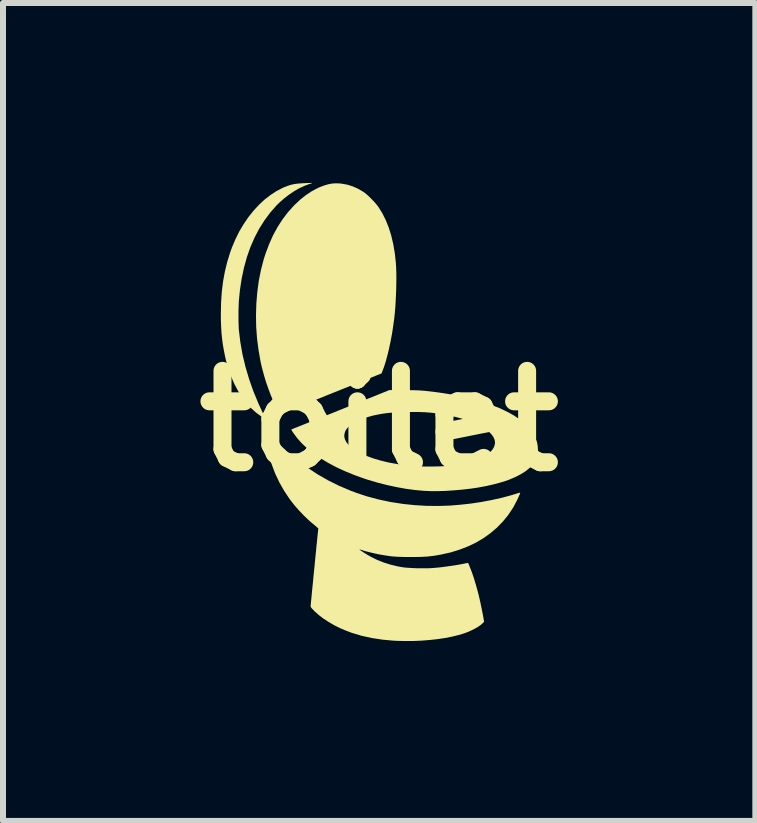
<source format=kicad_pcb>
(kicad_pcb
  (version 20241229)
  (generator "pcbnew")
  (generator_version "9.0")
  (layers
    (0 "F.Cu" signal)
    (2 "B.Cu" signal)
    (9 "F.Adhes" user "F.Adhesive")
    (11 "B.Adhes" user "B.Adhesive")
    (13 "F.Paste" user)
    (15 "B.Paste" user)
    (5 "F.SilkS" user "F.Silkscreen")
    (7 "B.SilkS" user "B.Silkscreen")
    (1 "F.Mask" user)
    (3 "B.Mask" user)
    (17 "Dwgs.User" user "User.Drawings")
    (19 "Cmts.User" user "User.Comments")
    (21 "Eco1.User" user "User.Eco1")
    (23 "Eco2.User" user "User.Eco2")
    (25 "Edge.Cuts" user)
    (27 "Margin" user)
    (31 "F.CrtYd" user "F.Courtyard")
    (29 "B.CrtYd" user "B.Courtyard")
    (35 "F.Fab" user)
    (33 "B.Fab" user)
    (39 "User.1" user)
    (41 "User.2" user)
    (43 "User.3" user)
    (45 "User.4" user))
  (footprint "toilet"
    (layer "F.Cu")
    (at 3.273 3.969)
    (property "Reference" "toilet" (at 0 0 0) (layer "F.SilkS") (effects (font (size 1.524 1.524) (thickness 0.3))))
    (attr board_only exclude_from_pos_files exclude_from_bom)
    (fp_poly (pts (xy -0.648 -3.959) (xy -0.624 -3.956) (xy -0.53 -3.939) (xy -0.441 -3.911) (xy -0.355 -3.873) (xy -0.269 -3.823) (xy -0.26 -3.817) (xy -0.227 -3.793) (xy -0.189 -3.76) (xy -0.148 -3.721) (xy -0.107 -3.679) (xy -0.068 -3.637) (xy -0.034 -3.596) (xy -0.013 -3.568) (xy 0.053 -3.463) (xy 0.11 -3.348) (xy 0.16 -3.223) (xy 0.202 -3.088) (xy 0.236 -2.943) (xy 0.262 -2.787) (xy 0.279 -2.628) (xy 0.283 -2.559) (xy 0.286 -2.478) (xy 0.287 -2.389) (xy 0.286 -2.294) (xy 0.284 -2.194) (xy 0.28 -2.093) (xy 0.275 -1.992) (xy 0.269 -1.893) (xy 0.261 -1.8) (xy 0.252 -1.715) (xy 0.234 -1.582) (xy 0.214 -1.451) (xy 0.19 -1.324) (xy 0.164 -1.202) (xy 0.136 -1.088) (xy 0.107 -0.982) (xy 0.076 -0.886) (xy 0.059 -0.842) (xy 0.04 -0.792) (xy -0.32 -0.648) (xy -0.389 -0.621) (xy -0.467 -0.589) (xy -0.554 -0.554) (xy -0.647 -0.517) (xy -0.744 -0.478) (xy -0.842 -0.439) (xy -0.941 -0.399) (xy -1.036 -0.361) (xy -1.127 -0.324) (xy -1.165 -0.309) (xy -1.65 -0.114) (xy -1.673 -0.151) (xy -1.717 -0.232) (xy -1.762 -0.323) (xy -1.805 -0.423) (xy -1.846 -0.531) (xy -1.885 -0.643) (xy -1.92 -0.758) (xy -1.951 -0.874) (xy -1.978 -0.988) (xy -1.978 -0.991) (xy -2.012 -1.183) (xy -2.037 -1.377) (xy -2.051 -1.573) (xy -2.054 -1.768) (xy -2.048 -1.961) (xy -2.032 -2.152) (xy -2.007 -2.338) (xy -1.971 -2.518) (xy -1.926 -2.692) (xy -1.894 -2.791) (xy -1.835 -2.948) (xy -1.769 -3.096) (xy -1.694 -3.233) (xy -1.612 -3.361) (xy -1.521 -3.48) (xy -1.421 -3.591) (xy -1.409 -3.603) (xy -1.313 -3.693) (xy -1.216 -3.769) (xy -1.119 -3.833) (xy -1.021 -3.885) (xy -0.981 -3.902) (xy -0.908 -3.929) (xy -0.841 -3.948) (xy -0.777 -3.959) (xy -0.714 -3.962)) (stroke (width 0) (type solid)) (fill yes) (layer "F.SilkS"))
    (fp_poly (pts (xy -1.116 -3.968) (xy -1.116 -3.968) (xy -1.12 -3.965) (xy -1.135 -3.959) (xy -1.157 -3.952) (xy -1.171 -3.948) (xy -1.251 -3.918) (xy -1.334 -3.879) (xy -1.419 -3.83) (xy -1.503 -3.773) (xy -1.585 -3.71) (xy -1.662 -3.642) (xy -1.714 -3.591) (xy -1.819 -3.471) (xy -1.915 -3.341) (xy -2.002 -3.203) (xy -2.079 -3.055) (xy -2.147 -2.899) (xy -2.205 -2.734) (xy -2.253 -2.561) (xy -2.292 -2.379) (xy -2.321 -2.19) (xy -2.34 -1.998) (xy -2.342 -1.95) (xy -2.344 -1.893) (xy -2.346 -1.83) (xy -2.346 -1.765) (xy -2.346 -1.699) (xy -2.345 -1.637) (xy -2.343 -1.581) (xy -2.341 -1.535) (xy -2.34 -1.521) (xy -2.316 -1.318) (xy -2.28 -1.113) (xy -2.231 -0.907) (xy -2.17 -0.7) (xy -2.097 -0.493) (xy -2.012 -0.287) (xy -1.942 -0.136) (xy -1.926 -0.103) (xy -1.913 -0.075) (xy -1.903 -0.053) (xy -1.898 -0.039) (xy -1.897 -0.036) (xy -1.904 -0.038) (xy -1.919 -0.046) (xy -1.94 -0.059) (xy -1.961 -0.071) (xy -2.049 -0.135) (xy -2.133 -0.21) (xy -2.212 -0.296) (xy -2.285 -0.393) (xy -2.353 -0.5) (xy -2.414 -0.615) (xy -2.468 -0.739) (xy -2.515 -0.87) (xy -2.554 -1.007) (xy -2.568 -1.067) (xy -2.589 -1.172) (xy -2.607 -1.274) (xy -2.62 -1.374) (xy -2.63 -1.477) (xy -2.636 -1.584) (xy -2.64 -1.699) (xy -2.64 -1.793) (xy -2.636 -1.979) (xy -2.624 -2.156) (xy -2.603 -2.326) (xy -2.573 -2.489) (xy -2.535 -2.647) (xy -2.487 -2.803) (xy -2.455 -2.892) (xy -2.398 -3.027) (xy -2.334 -3.157) (xy -2.261 -3.28) (xy -2.182 -3.396) (xy -2.097 -3.503) (xy -2.007 -3.601) (xy -1.912 -3.69) (xy -1.812 -3.767) (xy -1.71 -3.834) (xy -1.604 -3.888) (xy -1.574 -3.901) (xy -1.527 -3.919) (xy -1.482 -3.934) (xy -1.438 -3.945) (xy -1.391 -3.953) (xy -1.337 -3.959) (xy -1.275 -3.963) (xy -1.253 -3.964) (xy -1.213 -3.966) (xy -1.176 -3.967) (xy -1.147 -3.968) (xy -1.126 -3.969)) (stroke (width 0) (type solid)) (fill yes) (layer "F.SilkS"))
    (fp_poly (pts (xy 0.404 -0.513) (xy 0.482 -0.513) (xy 0.549 -0.512) (xy 0.607 -0.511) (xy 0.657 -0.509) (xy 0.703 -0.506) (xy 0.745 -0.503) (xy 0.756 -0.502) (xy 0.97 -0.477) (xy 1.172 -0.446) (xy 1.362 -0.41) (xy 1.541 -0.369) (xy 1.71 -0.321) (xy 1.867 -0.268) (xy 2.015 -0.21) (xy 2.031 -0.202) (xy 2.15 -0.145) (xy 2.256 -0.085) (xy 2.35 -0.021) (xy 2.431 0.047) (xy 2.5 0.117) (xy 2.556 0.191) (xy 2.599 0.268) (xy 2.63 0.348) (xy 2.635 0.368) (xy 2.643 0.413) (xy 2.647 0.464) (xy 2.647 0.514) (xy 2.642 0.561) (xy 2.633 0.601) (xy 2.632 0.603) (xy 2.602 0.668) (xy 2.56 0.73) (xy 2.505 0.788) (xy 2.437 0.842) (xy 2.357 0.892) (xy 2.265 0.939) (xy 2.16 0.983) (xy 2.043 1.022) (xy 1.914 1.057) (xy 1.773 1.089) (xy 1.77 1.089) (xy 1.647 1.112) (xy 1.517 1.131) (xy 1.383 1.146) (xy 1.248 1.158) (xy 1.114 1.167) (xy 0.984 1.171) (xy 0.862 1.171) (xy 0.748 1.166) (xy 0.745 1.166) (xy 0.602 1.153) (xy 0.451 1.133) (xy 0.295 1.105) (xy 0.137 1.071) (xy -0.021 1.031) (xy -0.175 0.986) (xy -0.243 0.964) (xy -0.41 0.904) (xy -0.567 0.84) (xy -0.715 0.772) (xy -0.852 0.699) (xy -0.978 0.623) (xy -1.093 0.544) (xy -1.196 0.462) (xy -1.288 0.376) (xy -1.367 0.288) (xy -1.387 0.26) (xy -0.582 0.26) (xy -0.572 0.306) (xy -0.55 0.35) (xy -0.516 0.395) (xy -0.471 0.438) (xy -0.414 0.48) (xy -0.348 0.52) (xy -0.271 0.558) (xy -0.185 0.594) (xy -0.089 0.628) (xy 0.016 0.659) (xy 0.129 0.687) (xy 0.156 0.693) (xy 0.225 0.706) (xy 0.302 0.719) (xy 0.382 0.731) (xy 0.461 0.741) (xy 0.534 0.748) (xy 0.54 0.749) (xy 0.576 0.751) (xy 0.61 0.754) (xy 0.638 0.756) (xy 0.657 0.758) (xy 0.66 0.758) (xy 0.687 0.759) (xy 0.725 0.76) (xy 0.771 0.761) (xy 0.822 0.761) (xy 0.875 0.761) (xy 0.927 0.76) (xy 0.977 0.759) (xy 1.02 0.758) (xy 1.054 0.756) (xy 1.061 0.756) (xy 1.184 0.744) (xy 1.3 0.728) (xy 1.407 0.708) (xy 1.506 0.684) (xy 1.596 0.657) (xy 1.676 0.627) (xy 1.747 0.593) (xy 1.806 0.556) (xy 1.855 0.517) (xy 1.892 0.475) (xy 1.917 0.431) (xy 1.93 0.385) (xy 1.932 0.36) (xy 1.925 0.315) (xy 1.905 0.269) (xy 1.873 0.224) (xy 1.83 0.18) (xy 1.776 0.138) (xy 1.712 0.097) (xy 1.637 0.058) (xy 1.554 0.022) (xy 1.461 -0.012) (xy 1.361 -0.043) (xy 1.253 -0.071) (xy 1.139 -0.095) (xy 1.062 -0.109) (xy 0.992 -0.12) (xy 0.929 -0.129) (xy 0.871 -0.136) (xy 0.814 -0.141) (xy 0.756 -0.145) (xy 0.694 -0.147) (xy 0.625 -0.149) (xy 0.546 -0.149) (xy 0.53 -0.149) (xy 0.418 -0.148) (xy 0.317 -0.145) (xy 0.224 -0.139) (xy 0.139 -0.131) (xy 0.057 -0.12) (xy -0.022 -0.106) (xy -0.101 -0.089) (xy -0.128 -0.082) (xy -0.229 -0.053) (xy -0.317 -0.022) (xy -0.393 0.013) (xy -0.456 0.052) (xy -0.507 0.093) (xy -0.545 0.137) (xy -0.564 0.169) (xy -0.579 0.215) (xy -0.582 0.26) (xy -1.387 0.26) (xy -1.434 0.197) (xy -1.445 0.18) (xy -1.456 0.162) (xy -1.463 0.148) (xy -1.464 0.143) (xy -1.458 0.14) (xy -1.44 0.133) (xy -1.411 0.121) (xy -1.373 0.106) (xy -1.326 0.087) (xy -1.271 0.065) (xy -1.208 0.04) (xy -1.139 0.012) (xy -1.065 -0.018) (xy -0.985 -0.05) (xy -0.902 -0.083) (xy -0.865 -0.098) (xy -0.774 -0.134) (xy -0.683 -0.171) (xy -0.593 -0.207) (xy -0.504 -0.243) (xy -0.419 -0.277) (xy -0.338 -0.309) (xy -0.263 -0.339) (xy -0.196 -0.367) (xy -0.136 -0.39) (xy -0.087 -0.41) (xy -0.05 -0.425) (xy 0.169 -0.514)) (stroke (width 0) (type solid)) (fill yes) (layer "F.SilkS"))
    (fp_poly (pts (xy -1.829 0.222) (xy -1.675 0.38) (xy -1.519 0.526) (xy -1.359 0.659) (xy -1.194 0.781) (xy -1.025 0.892) (xy -0.849 0.993) (xy -0.667 1.083) (xy -0.478 1.163) (xy -0.388 1.197) (xy -0.205 1.258) (xy -0.014 1.309) (xy 0.183 1.351) (xy 0.386 1.383) (xy 0.593 1.405) (xy 0.802 1.417) (xy 1.011 1.418) (xy 1.182 1.412) (xy 1.353 1.398) (xy 1.527 1.379) (xy 1.7 1.353) (xy 1.87 1.321) (xy 2.033 1.285) (xy 2.188 1.244) (xy 2.267 1.22) (xy 2.298 1.21) (xy 2.324 1.203) (xy 2.342 1.198) (xy 2.351 1.196) (xy 2.351 1.196) (xy 2.351 1.204) (xy 2.345 1.221) (xy 2.334 1.247) (xy 2.32 1.278) (xy 2.304 1.313) (xy 2.285 1.35) (xy 2.266 1.386) (xy 2.248 1.421) (xy 2.23 1.452) (xy 2.152 1.569) (xy 2.063 1.678) (xy 1.965 1.779) (xy 1.857 1.871) (xy 1.74 1.955) (xy 1.615 2.029) (xy 1.481 2.093) (xy 1.338 2.148) (xy 1.189 2.194) (xy 1.031 2.229) (xy 1.024 2.23) (xy 0.963 2.241) (xy 0.908 2.25) (xy 0.856 2.256) (xy 0.804 2.262) (xy 0.75 2.265) (xy 0.691 2.268) (xy 0.625 2.269) (xy 0.549 2.27) (xy 0.524 2.27) (xy 0.445 2.27) (xy 0.377 2.268) (xy 0.317 2.266) (xy 0.262 2.263) (xy 0.211 2.259) (xy 0.159 2.252) (xy 0.105 2.244) (xy 0.047 2.234) (xy 0.02 2.23) (xy -0.03 2.22) (xy -0.084 2.208) (xy -0.139 2.195) (xy -0.191 2.182) (xy -0.238 2.17) (xy -0.276 2.158) (xy -0.288 2.154) (xy -0.309 2.148) (xy -0.324 2.144) (xy -0.33 2.144) (xy -0.326 2.148) (xy -0.312 2.159) (xy -0.291 2.173) (xy -0.265 2.19) (xy -0.234 2.21) (xy -0.201 2.23) (xy -0.168 2.249) (xy -0.148 2.261) (xy -0.04 2.315) (xy 0.072 2.36) (xy 0.189 2.397) (xy 0.315 2.427) (xy 0.388 2.44) (xy 0.434 2.446) (xy 0.49 2.45) (xy 0.554 2.454) (xy 0.623 2.457) (xy 0.693 2.458) (xy 0.763 2.458) (xy 0.829 2.457) (xy 0.888 2.454) (xy 0.899 2.453) (xy 0.956 2.448) (xy 1.02 2.442) (xy 1.089 2.433) (xy 1.16 2.423) (xy 1.232 2.413) (xy 1.3 2.402) (xy 1.363 2.391) (xy 1.419 2.38) (xy 1.464 2.37) (xy 1.468 2.369) (xy 1.476 2.368) (xy 1.483 2.372) (xy 1.49 2.383) (xy 1.499 2.403) (xy 1.503 2.414) (xy 1.544 2.518) (xy 1.583 2.633) (xy 1.62 2.758) (xy 1.656 2.89) (xy 1.688 3.028) (xy 1.717 3.17) (xy 1.734 3.257) (xy 1.75 3.35) (xy 1.728 3.372) (xy 1.695 3.402) (xy 1.65 3.433) (xy 1.597 3.464) (xy 1.537 3.494) (xy 1.473 3.522) (xy 1.42 3.542) (xy 1.324 3.571) (xy 1.217 3.597) (xy 1.101 3.62) (xy 0.976 3.639) (xy 0.846 3.653) (xy 0.713 3.664) (xy 0.576 3.67) (xy 0.44 3.671) (xy 0.304 3.668) (xy 0.242 3.665) (xy 0.057 3.648) (xy -0.12 3.621) (xy -0.29 3.584) (xy -0.451 3.536) (xy -0.553 3.498) (xy -0.652 3.456) (xy -0.748 3.408) (xy -0.841 3.354) (xy -0.927 3.298) (xy -1.005 3.239) (xy -1.073 3.179) (xy -1.108 3.143) (xy -1.127 3.122) (xy -1.138 3.107) (xy -1.143 3.095) (xy -1.143 3.084) (xy -1.143 3.081) (xy -1.141 3.068) (xy -1.139 3.044) (xy -1.136 3.011) (xy -1.132 2.973) (xy -1.128 2.931) (xy -1.127 2.923) (xy -1.12 2.847) (xy -1.112 2.765) (xy -1.103 2.679) (xy -1.095 2.591) (xy -1.086 2.502) (xy -1.077 2.414) (xy -1.069 2.328) (xy -1.061 2.246) (xy -1.053 2.169) (xy -1.047 2.1) (xy -1.04 2.039) (xy -1.035 1.987) (xy -1.031 1.948) (xy -1.031 1.945) (xy -1.015 1.793) (xy -1.034 1.776) (xy -1.046 1.766) (xy -1.066 1.749) (xy -1.09 1.728) (xy -1.117 1.706) (xy -1.118 1.706) (xy -1.189 1.643) (xy -1.262 1.572) (xy -1.335 1.495) (xy -1.404 1.417) (xy -1.466 1.339) (xy -1.491 1.306) (xy -1.584 1.167) (xy -1.664 1.026) (xy -1.733 0.881) (xy -1.789 0.733) (xy -1.833 0.584) (xy -1.864 0.434) (xy -1.883 0.284) (xy -1.886 0.238) (xy -1.89 0.156)) (stroke (width 0) (type solid)) (fill yes) (layer "F.SilkS")))
  (gr_rect
    (start -3 -3)
    (end 9.546 10.64)
    (stroke (width 0.1) (type default))
    (fill no)
    (layer "Edge.Cuts")))
</source>
